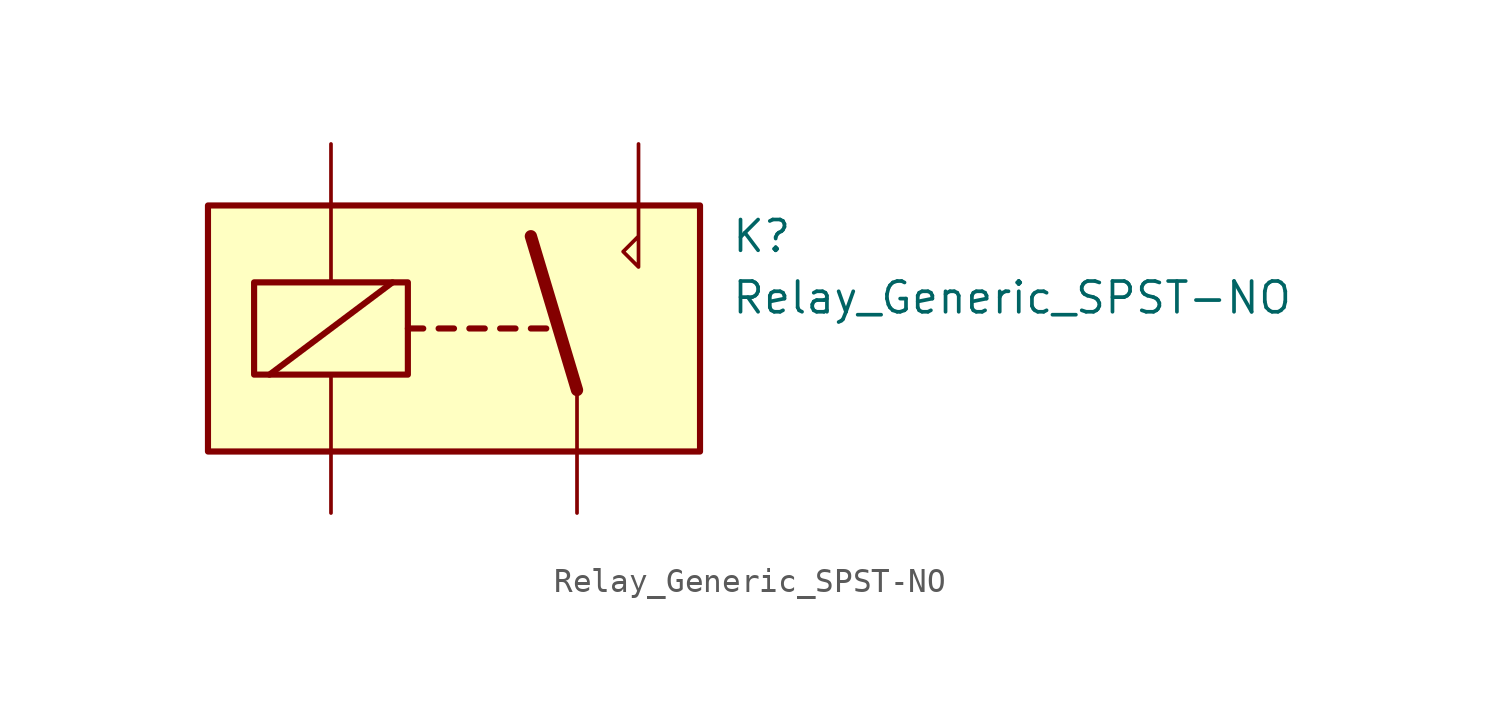
<source format=kicad_sym>
(kicad_symbol_lib
  (version 20211014)
  (generator kicad_symbol_editor)
  (symbol "Relay_Generic_SPST-NO"
    (pin_numbers hide)
    (pin_names hide)
    (property "Reference" "K"
      (at 11.43 3.81 0)
      (effects (font (size 1.27 1.27)) (justify left)))
    (property "Value" "Relay_Generic_SPST-NO"
      (at 11.43 1.27 0)
      (effects (font (size 1.27 1.27)) (justify left)))
    (symbol "Relay_Generic_SPST-NO_0_1"
      (rectangle (start -10.16 5.08) (end 10.16 -5.08) (stroke (width 0.254) (type default) (color 0 0 0 0)) (fill (type background)))
      (rectangle (start -8.255 1.905) (end -1.905 -1.905) (stroke (width 0.254) (type default) (color 0 0 0 0)) (fill (type none)))
      (polyline (pts (xy -7.62 -1.905) (xy -2.54 1.905)) (stroke (width 0.254) (type default) (color 0 0 0 0)) (fill (type none)))
      (polyline (pts (xy -5.08 -5.08) (xy -5.08 -1.905)) (stroke (width 0) (type default) (color 0 0 0 0)) (fill (type none)))
      (polyline (pts (xy -5.08 5.08) (xy -5.08 1.905)) (stroke (width 0) (type default) (color 0 0 0 0)) (fill (type none)))
      (polyline (pts (xy -1.905 0) (xy -1.27 0)) (stroke (width 0.254) (type default) (color 0 0 0 0)) (fill (type none)))
      (polyline (pts (xy -0.635 0) (xy 0 0)) (stroke (width 0.254) (type default) (color 0 0 0 0)) (fill (type none)))
      (polyline (pts (xy 0.635 0) (xy 1.27 0)) (stroke (width 0.254) (type default) (color 0 0 0 0)) (fill (type none)))
      (polyline (pts (xy 1.905 0) (xy 2.54 0)) (stroke (width 0.254) (type default) (color 0 0 0 0)) (fill (type none)))
      (polyline (pts (xy 3.175 0) (xy 3.81 0)) (stroke (width 0.254) (type default) (color 0 0 0 0)) (fill (type none)))
      (polyline (pts (xy 5.08 -2.54) (xy 3.175 3.81)) (stroke (width 0.508) (type default) (color 0 0 0 0)) (fill (type none)))
      (polyline (pts (xy 5.08 -2.54) (xy 5.08 -5.08)) (stroke (width 0) (type default) (color 0 0 0 0)) (fill (type none)))
      (polyline (pts (xy 7.62 5.08) (xy 7.62 2.54) (xy 6.985 3.175) (xy 7.62 3.81)) (stroke (width 0) (type default) (color 0 0 0 0)) (fill (type none))))
    (symbol "Relay_Generic_SPST-NO_1_1"
      (pin passive line (at -5.08 -7.62 90) (length 2.54) (name "~" (effects (font (size 1.27 1.27)))) (number "~" (effects (font (size 1.27 1.27)))))
      (pin passive line (at -5.08 7.62 270) (length 2.54) (name "~" (effects (font (size 1.27 1.27)))) (number "~" (effects (font (size 1.27 1.27)))))
      (pin passive line (at 5.08 -7.62 90) (length 2.54) (name "~" (effects (font (size 1.27 1.27)))) (number "~" (effects (font (size 1.27 1.27)))))
      (pin passive line (at 7.62 7.62 270) (length 2.54) (name "~" (effects (font (size 1.27 1.27)))) (number "~" (effects (font (size 1.27 1.27))))))))
</source>
